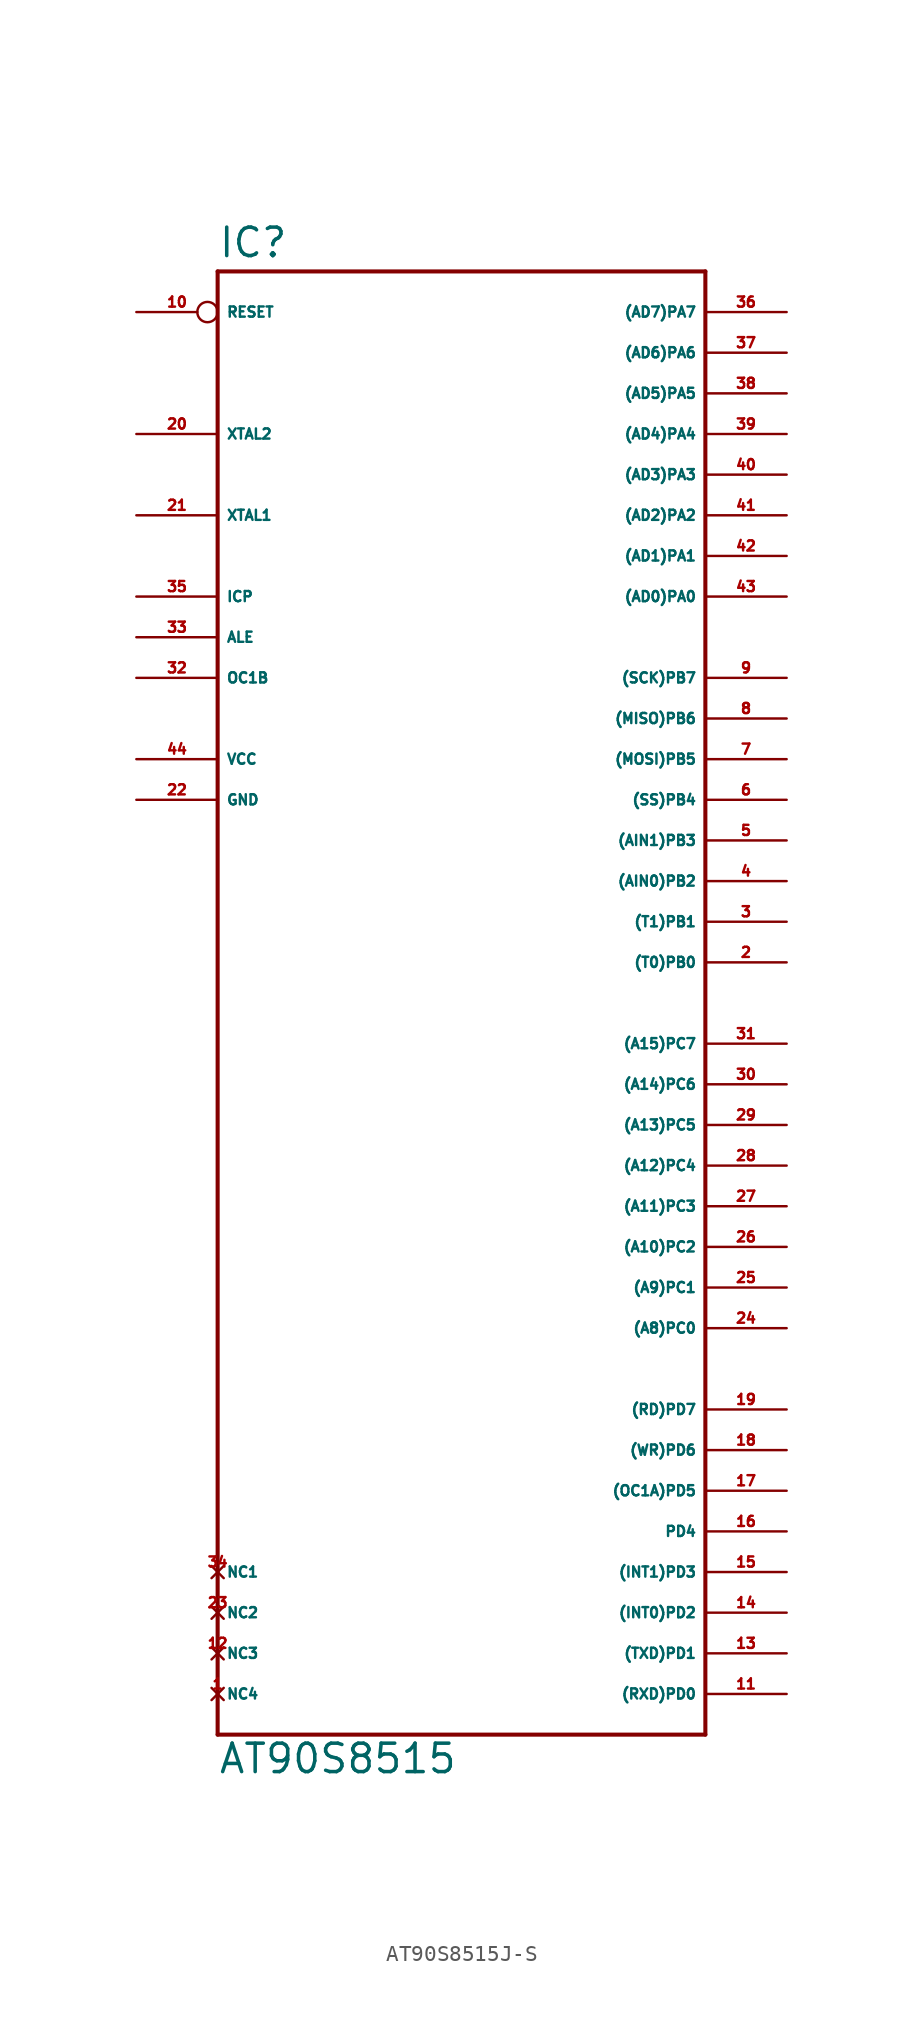
<source format=kicad_sym>
(kicad_symbol_lib
  (version 20220914)
  (generator Eagle2Kicad)
  (symbol "AT90S8515J-S"
    (property "Reference" "IC"
      (at -15.24 36.322 0)
      (effects (font (size 1.778 1.778) (thickness 0.22)) (justify left bottom)))
    (property "Value" "AT90S8515"
      (at -15.24 -58.42 0)
      (effects (font (size 1.778 1.778) (thickness 0.22)) (justify left bottom)))
    (polyline
      (pts (xy -15.24 35.56) (xy 15.24 35.56))
      (stroke (width 0.254) (type default))
      (fill (type none)))
    (polyline
      (pts (xy 15.24 35.56) (xy 15.24 -55.88))
      (stroke (width 0.254) (type default))
      (fill (type none)))
    (polyline
      (pts (xy 15.24 -55.88) (xy -15.24 -55.88))
      (stroke (width 0.254) (type default))
      (fill (type none)))
    (polyline
      (pts (xy -15.24 -55.88) (xy -15.24 35.56))
      (stroke (width 0.254) (type default))
      (fill (type none)))
    (pin bidirectional line
      (at 20.32 33.02 180)
      (length 5.08)
      (name "(AD7)PA7" (effects (font (size 0.635 0.635) (thickness 0.08)) (justify left bottom)))
      (number "36" (effects (font (size 0.635 0.635) (thickness 0.08)) (justify left bottom))))
    (pin bidirectional line
      (at 20.32 30.48 180)
      (length 5.08)
      (name "(AD6)PA6" (effects (font (size 0.635 0.635) (thickness 0.08)) (justify left bottom)))
      (number "37" (effects (font (size 0.635 0.635) (thickness 0.08)) (justify left bottom))))
    (pin bidirectional line
      (at 20.32 27.94 180)
      (length 5.08)
      (name "(AD5)PA5" (effects (font (size 0.635 0.635) (thickness 0.08)) (justify left bottom)))
      (number "38" (effects (font (size 0.635 0.635) (thickness 0.08)) (justify left bottom))))
    (pin bidirectional line
      (at 20.32 25.4 180)
      (length 5.08)
      (name "(AD4)PA4" (effects (font (size 0.635 0.635) (thickness 0.08)) (justify left bottom)))
      (number "39" (effects (font (size 0.635 0.635) (thickness 0.08)) (justify left bottom))))
    (pin bidirectional line
      (at 20.32 22.86 180)
      (length 5.08)
      (name "(AD3)PA3" (effects (font (size 0.635 0.635) (thickness 0.08)) (justify left bottom)))
      (number "40" (effects (font (size 0.635 0.635) (thickness 0.08)) (justify left bottom))))
    (pin bidirectional line
      (at 20.32 20.32 180)
      (length 5.08)
      (name "(AD2)PA2" (effects (font (size 0.635 0.635) (thickness 0.08)) (justify left bottom)))
      (number "41" (effects (font (size 0.635 0.635) (thickness 0.08)) (justify left bottom))))
    (pin bidirectional line
      (at 20.32 17.78 180)
      (length 5.08)
      (name "(AD1)PA1" (effects (font (size 0.635 0.635) (thickness 0.08)) (justify left bottom)))
      (number "42" (effects (font (size 0.635 0.635) (thickness 0.08)) (justify left bottom))))
    (pin bidirectional line
      (at 20.32 15.24 180)
      (length 5.08)
      (name "(AD0)PA0" (effects (font (size 0.635 0.635) (thickness 0.08)) (justify left bottom)))
      (number "43" (effects (font (size 0.635 0.635) (thickness 0.08)) (justify left bottom))))
    (pin bidirectional line
      (at 20.32 10.16 180)
      (length 5.08)
      (name "(SCK)PB7" (effects (font (size 0.635 0.635) (thickness 0.08)) (justify left bottom)))
      (number "9" (effects (font (size 0.635 0.635) (thickness 0.08)) (justify left bottom))))
    (pin bidirectional line
      (at 20.32 7.62 180)
      (length 5.08)
      (name "(MISO)PB6" (effects (font (size 0.635 0.635) (thickness 0.08)) (justify left bottom)))
      (number "8" (effects (font (size 0.635 0.635) (thickness 0.08)) (justify left bottom))))
    (pin bidirectional line
      (at 20.32 5.08 180)
      (length 5.08)
      (name "(MOSI)PB5" (effects (font (size 0.635 0.635) (thickness 0.08)) (justify left bottom)))
      (number "7" (effects (font (size 0.635 0.635) (thickness 0.08)) (justify left bottom))))
    (pin bidirectional line
      (at 20.32 2.54 180)
      (length 5.08)
      (name "(SS)PB4" (effects (font (size 0.635 0.635) (thickness 0.08)) (justify left bottom)))
      (number "6" (effects (font (size 0.635 0.635) (thickness 0.08)) (justify left bottom))))
    (pin bidirectional line
      (at 20.32 0 180)
      (length 5.08)
      (name "(AIN1)PB3" (effects (font (size 0.635 0.635) (thickness 0.08)) (justify left bottom)))
      (number "5" (effects (font (size 0.635 0.635) (thickness 0.08)) (justify left bottom))))
    (pin bidirectional line
      (at 20.32 -2.54 180)
      (length 5.08)
      (name "(AIN0)PB2" (effects (font (size 0.635 0.635) (thickness 0.08)) (justify left bottom)))
      (number "4" (effects (font (size 0.635 0.635) (thickness 0.08)) (justify left bottom))))
    (pin bidirectional line
      (at 20.32 -5.08 180)
      (length 5.08)
      (name "(T1)PB1" (effects (font (size 0.635 0.635) (thickness 0.08)) (justify left bottom)))
      (number "3" (effects (font (size 0.635 0.635) (thickness 0.08)) (justify left bottom))))
    (pin bidirectional line
      (at 20.32 -7.62 180)
      (length 5.08)
      (name "(T0)PB0" (effects (font (size 0.635 0.635) (thickness 0.08)) (justify left bottom)))
      (number "2" (effects (font (size 0.635 0.635) (thickness 0.08)) (justify left bottom))))
    (pin bidirectional line
      (at 20.32 -12.7 180)
      (length 5.08)
      (name "(A15)PC7" (effects (font (size 0.635 0.635) (thickness 0.08)) (justify left bottom)))
      (number "31" (effects (font (size 0.635 0.635) (thickness 0.08)) (justify left bottom))))
    (pin bidirectional line
      (at 20.32 -15.24 180)
      (length 5.08)
      (name "(A14)PC6" (effects (font (size 0.635 0.635) (thickness 0.08)) (justify left bottom)))
      (number "30" (effects (font (size 0.635 0.635) (thickness 0.08)) (justify left bottom))))
    (pin bidirectional line
      (at 20.32 -17.78 180)
      (length 5.08)
      (name "(A13)PC5" (effects (font (size 0.635 0.635) (thickness 0.08)) (justify left bottom)))
      (number "29" (effects (font (size 0.635 0.635) (thickness 0.08)) (justify left bottom))))
    (pin bidirectional line
      (at 20.32 -20.32 180)
      (length 5.08)
      (name "(A12)PC4" (effects (font (size 0.635 0.635) (thickness 0.08)) (justify left bottom)))
      (number "28" (effects (font (size 0.635 0.635) (thickness 0.08)) (justify left bottom))))
    (pin bidirectional line
      (at 20.32 -22.86 180)
      (length 5.08)
      (name "(A11)PC3" (effects (font (size 0.635 0.635) (thickness 0.08)) (justify left bottom)))
      (number "27" (effects (font (size 0.635 0.635) (thickness 0.08)) (justify left bottom))))
    (pin bidirectional line
      (at 20.32 -25.4 180)
      (length 5.08)
      (name "(A10)PC2" (effects (font (size 0.635 0.635) (thickness 0.08)) (justify left bottom)))
      (number "26" (effects (font (size 0.635 0.635) (thickness 0.08)) (justify left bottom))))
    (pin bidirectional line
      (at 20.32 -27.94 180)
      (length 5.08)
      (name "(A9)PC1" (effects (font (size 0.635 0.635) (thickness 0.08)) (justify left bottom)))
      (number "25" (effects (font (size 0.635 0.635) (thickness 0.08)) (justify left bottom))))
    (pin bidirectional line
      (at 20.32 -30.48 180)
      (length 5.08)
      (name "(A8)PC0" (effects (font (size 0.635 0.635) (thickness 0.08)) (justify left bottom)))
      (number "24" (effects (font (size 0.635 0.635) (thickness 0.08)) (justify left bottom))))
    (pin bidirectional line
      (at -20.32 10.16 0)
      (length 5.08)
      (name "OC1B" (effects (font (size 0.635 0.635) (thickness 0.08)) (justify left bottom)))
      (number "32" (effects (font (size 0.635 0.635) (thickness 0.08)) (justify left bottom))))
    (pin bidirectional line
      (at -20.32 12.7 0)
      (length 5.08)
      (name "ALE" (effects (font (size 0.635 0.635) (thickness 0.08)) (justify left bottom)))
      (number "33" (effects (font (size 0.635 0.635) (thickness 0.08)) (justify left bottom))))
    (pin bidirectional line
      (at -20.32 15.24 0)
      (length 5.08)
      (name "ICP" (effects (font (size 0.635 0.635) (thickness 0.08)) (justify left bottom)))
      (number "35" (effects (font (size 0.635 0.635) (thickness 0.08)) (justify left bottom))))
    (pin bidirectional line
      (at -20.32 20.32 0)
      (length 5.08)
      (name "XTAL1" (effects (font (size 0.635 0.635) (thickness 0.08)) (justify left bottom)))
      (number "21" (effects (font (size 0.635 0.635) (thickness 0.08)) (justify left bottom))))
    (pin bidirectional line
      (at -20.32 25.4 0)
      (length 5.08)
      (name "XTAL2" (effects (font (size 0.635 0.635) (thickness 0.08)) (justify left bottom)))
      (number "20" (effects (font (size 0.635 0.635) (thickness 0.08)) (justify left bottom))))
    (pin unspecified line
      (at -20.32 5.08 0)
      (length 5.08)
      (name "VCC" (effects (font (size 0.635 0.635) (thickness 0.08)) (justify left bottom)))
      (number "44" (effects (font (size 0.635 0.635) (thickness 0.08)) (justify left bottom))))
    (pin unspecified line
      (at -20.32 2.54 0)
      (length 5.08)
      (name "GND" (effects (font (size 0.635 0.635) (thickness 0.08)) (justify left bottom)))
      (number "22" (effects (font (size 0.635 0.635) (thickness 0.08)) (justify left bottom))))
    (pin input inverted
      (at -20.32 33.02 0)
      (length 5.08)
      (name "RESET" (effects (font (size 0.635 0.635) (thickness 0.08)) (justify left bottom)))
      (number "10" (effects (font (size 0.635 0.635) (thickness 0.08)) (justify left bottom))))
    (pin bidirectional line
      (at 20.32 -53.34 180)
      (length 5.08)
      (name "(RXD)PD0" (effects (font (size 0.635 0.635) (thickness 0.08)) (justify left bottom)))
      (number "11" (effects (font (size 0.635 0.635) (thickness 0.08)) (justify left bottom))))
    (pin bidirectional line
      (at 20.32 -50.8 180)
      (length 5.08)
      (name "(TXD)PD1" (effects (font (size 0.635 0.635) (thickness 0.08)) (justify left bottom)))
      (number "13" (effects (font (size 0.635 0.635) (thickness 0.08)) (justify left bottom))))
    (pin bidirectional line
      (at 20.32 -48.26 180)
      (length 5.08)
      (name "(INT0)PD2" (effects (font (size 0.635 0.635) (thickness 0.08)) (justify left bottom)))
      (number "14" (effects (font (size 0.635 0.635) (thickness 0.08)) (justify left bottom))))
    (pin bidirectional line
      (at 20.32 -45.72 180)
      (length 5.08)
      (name "(INT1)PD3" (effects (font (size 0.635 0.635) (thickness 0.08)) (justify left bottom)))
      (number "15" (effects (font (size 0.635 0.635) (thickness 0.08)) (justify left bottom))))
    (pin bidirectional line
      (at 20.32 -43.18 180)
      (length 5.08)
      (name "PD4" (effects (font (size 0.635 0.635) (thickness 0.08)) (justify left bottom)))
      (number "16" (effects (font (size 0.635 0.635) (thickness 0.08)) (justify left bottom))))
    (pin bidirectional line
      (at 20.32 -40.64 180)
      (length 5.08)
      (name "(OC1A)PD5" (effects (font (size 0.635 0.635) (thickness 0.08)) (justify left bottom)))
      (number "17" (effects (font (size 0.635 0.635) (thickness 0.08)) (justify left bottom))))
    (pin bidirectional line
      (at 20.32 -38.1 180)
      (length 5.08)
      (name "(WR)PD6" (effects (font (size 0.635 0.635) (thickness 0.08)) (justify left bottom)))
      (number "18" (effects (font (size 0.635 0.635) (thickness 0.08)) (justify left bottom))))
    (pin bidirectional line
      (at 20.32 -35.56 180)
      (length 5.08)
      (name "(RD)PD7" (effects (font (size 0.635 0.635) (thickness 0.08)) (justify left bottom)))
      (number "19" (effects (font (size 0.635 0.635) (thickness 0.08)) (justify left bottom))))
    (pin no_connect line
      (at -15.24 -45.72 0)
      (length 0)
      (name "NC1" (effects (font (size 0.635 0.635) (thickness 0.08)) (justify left bottom) hide))
      (number "34" (effects (font (size 0.635 0.635) (thickness 0.08)) (justify left bottom) hide)))
    (pin no_connect line
      (at -15.24 -48.26 0)
      (length 0)
      (name "NC2" (effects (font (size 0.635 0.635) (thickness 0.08)) (justify left bottom) hide))
      (number "23" (effects (font (size 0.635 0.635) (thickness 0.08)) (justify left bottom) hide)))
    (pin no_connect line
      (at -15.24 -50.8 0)
      (length 0)
      (name "NC3" (effects (font (size 0.635 0.635) (thickness 0.08)) (justify left bottom) hide))
      (number "12" (effects (font (size 0.635 0.635) (thickness 0.08)) (justify left bottom) hide)))
    (pin no_connect line
      (at -15.24 -53.34 0)
      (length 0)
      (name "NC4" (effects (font (size 0.635 0.635) (thickness 0.08)) (justify left bottom) hide))
      (number "1" (effects (font (size 0.635 0.635) (thickness 0.08)) (justify left bottom) hide)))))
</source>
